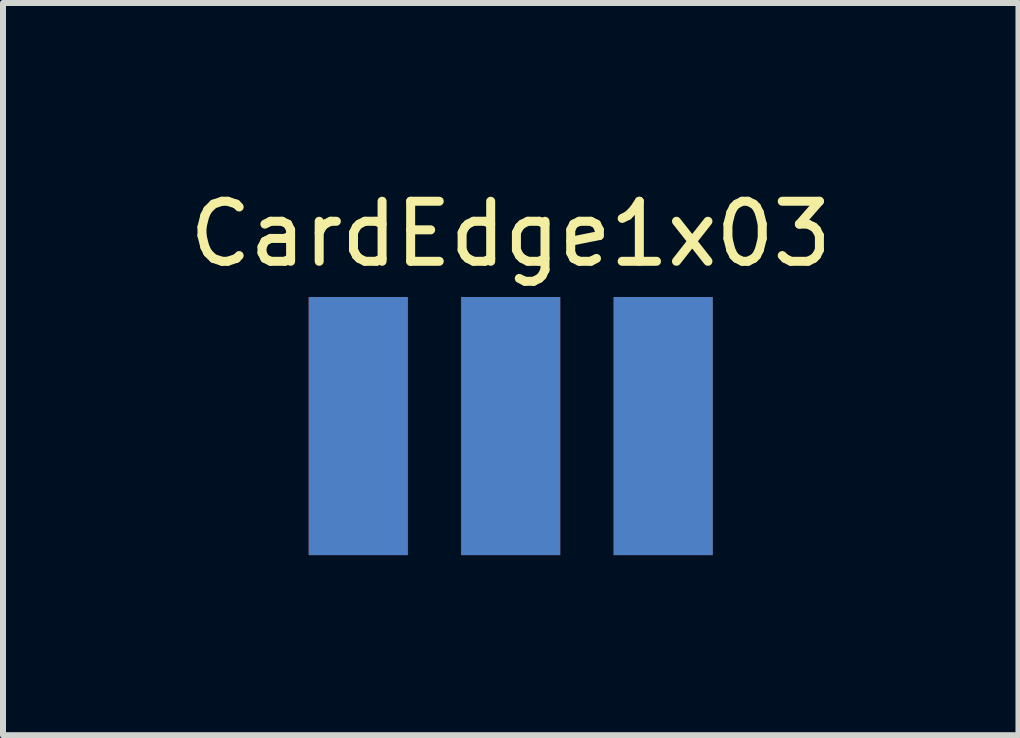
<source format=kicad_pcb>
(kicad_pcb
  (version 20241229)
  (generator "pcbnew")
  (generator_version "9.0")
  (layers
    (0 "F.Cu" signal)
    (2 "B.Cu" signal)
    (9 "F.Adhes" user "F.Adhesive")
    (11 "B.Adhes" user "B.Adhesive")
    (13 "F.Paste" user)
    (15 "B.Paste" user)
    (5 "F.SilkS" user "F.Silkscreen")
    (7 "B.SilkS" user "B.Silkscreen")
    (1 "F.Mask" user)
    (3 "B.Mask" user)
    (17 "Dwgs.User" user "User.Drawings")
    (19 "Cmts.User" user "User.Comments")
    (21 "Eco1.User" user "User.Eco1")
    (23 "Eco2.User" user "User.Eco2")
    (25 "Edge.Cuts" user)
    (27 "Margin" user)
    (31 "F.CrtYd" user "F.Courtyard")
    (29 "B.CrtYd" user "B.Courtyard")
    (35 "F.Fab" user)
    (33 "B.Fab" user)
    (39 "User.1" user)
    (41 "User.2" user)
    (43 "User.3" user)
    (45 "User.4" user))
  (footprint "CardEdge1x03"
    (layer "F.Cu")
    (at 5.458 4.048)
    (property "Reference" "CardEdge1x03" (at 0 -3.2 0) (layer "F.SilkS") (effects (font (size 1 1) (thickness 0.15))))
    (attr exclude_from_pos_files exclude_from_bom)
    (pad "1" connect rect (at -2.54 0) (size 1.65 4.3) (layers "F.Cu" "F.Mask"))
    (pad "1" connect rect (at -2.54 0 180) (size 1.65 4.3) (layers "B.Cu" "B.Mask"))
    (pad "2" connect rect (at 0 0) (size 1.65 4.3) (layers "F.Cu" "F.Mask"))
    (pad "2" connect rect (at 0 0 180) (size 1.65 4.3) (layers "B.Cu" "B.Mask"))
    (pad "3" connect rect (at 2.54 0) (size 1.65 4.3) (layers "F.Cu" "F.Mask"))
    (pad "3" connect rect (at 2.54 0 180) (size 1.65 4.3) (layers "B.Cu" "B.Mask")))
  (gr_rect
    (start -3 -3)
    (end 13.917 9.198)
    (stroke (width 0.1) (type default))
    (fill no)
    (layer "Edge.Cuts")))
</source>
